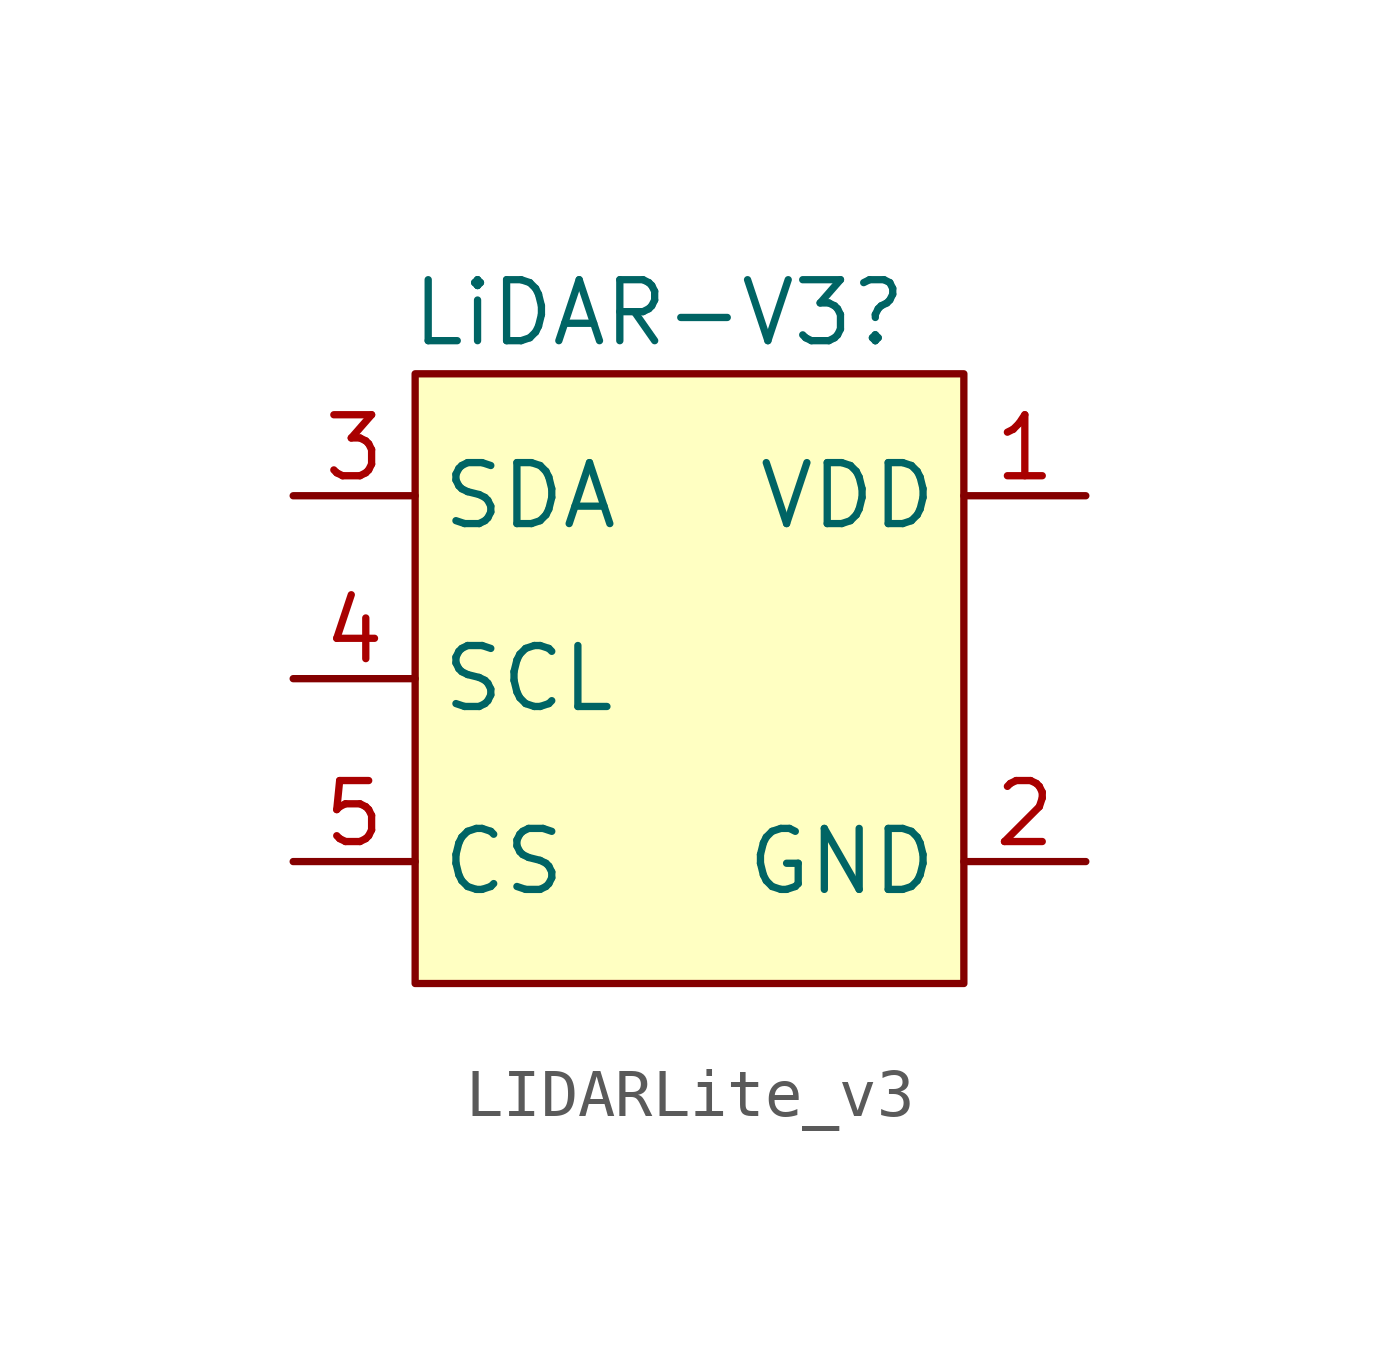
<source format=kicad_sym>
(kicad_symbol_lib
  (version 20231120)
  (generator "kicad_symbol_editor")
  (generator_version "8.0")
  (symbol "LIDARLite_v3"
    (property "Reference" "LiDAR-V3"
      (at 0 12.7 0)
      (effects (font (size 1.27 1.27))))
    (property "Value" ""
      (at 0 0 0)
      (effects (font (size 1.27 1.27))))
    (symbol "LIDARLite_v3_1_1"
      (rectangle (start -5.08 11.43) (end 6.35 -1.27) (stroke (width 0) (type default)) (fill (type background)))
      (pin power_in line (at 8.89 8.89 180) (length 2.54) (name "VDD" (effects (font (size 1.27 1.27)))) (number "1" (effects (font (size 1.27 1.27)))))
      (pin power_in line (at 8.89 1.27 180) (length 2.54) (name "GND" (effects (font (size 1.27 1.27)))) (number "2" (effects (font (size 1.27 1.27)))))
      (pin bidirectional line (at -7.62 8.89 0) (length 2.54) (name "SDA" (effects (font (size 1.27 1.27)))) (number "3" (effects (font (size 1.27 1.27)))))
      (pin input line (at -7.62 5.08 0) (length 2.54) (name "SCL" (effects (font (size 1.27 1.27)))) (number "4" (effects (font (size 1.27 1.27)))))
      (pin input line (at -7.62 1.27 0) (length 2.54) (name "CS" (effects (font (size 1.27 1.27)))) (number "5" (effects (font (size 1.27 1.27))))))))
</source>
